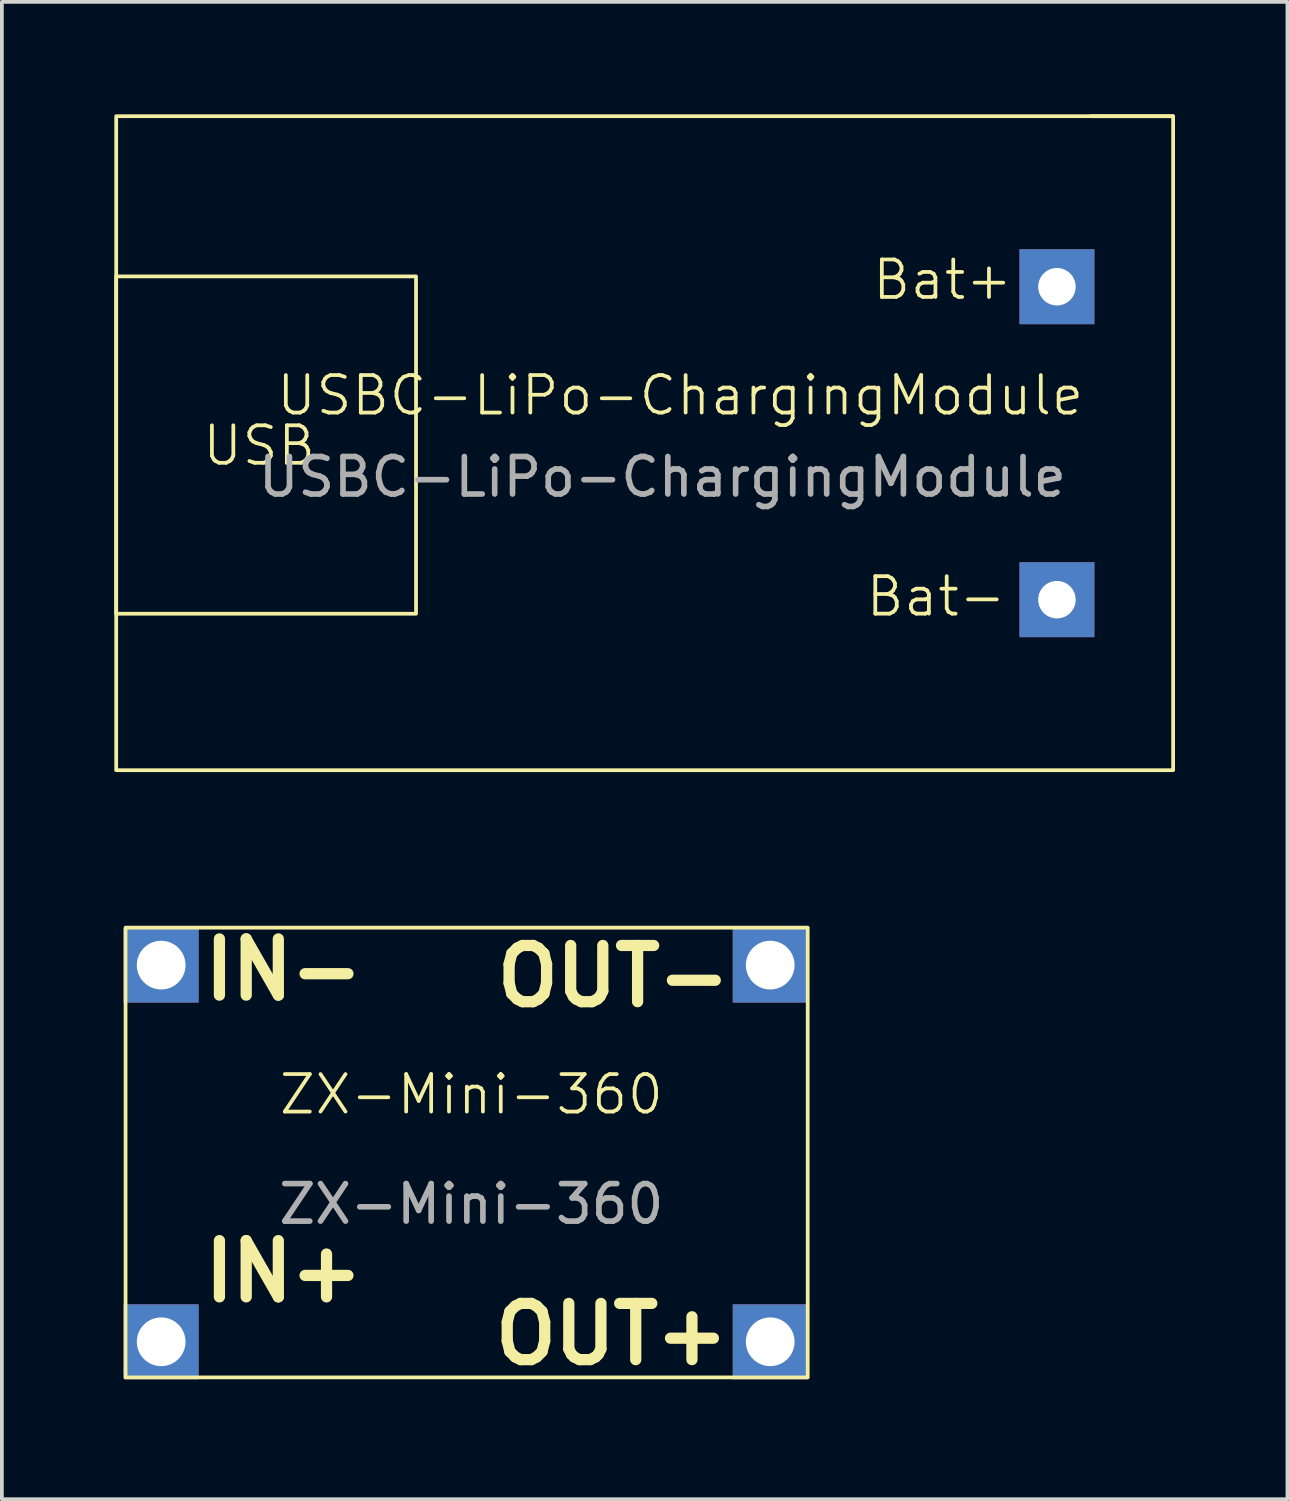
<source format=kicad_pcb>
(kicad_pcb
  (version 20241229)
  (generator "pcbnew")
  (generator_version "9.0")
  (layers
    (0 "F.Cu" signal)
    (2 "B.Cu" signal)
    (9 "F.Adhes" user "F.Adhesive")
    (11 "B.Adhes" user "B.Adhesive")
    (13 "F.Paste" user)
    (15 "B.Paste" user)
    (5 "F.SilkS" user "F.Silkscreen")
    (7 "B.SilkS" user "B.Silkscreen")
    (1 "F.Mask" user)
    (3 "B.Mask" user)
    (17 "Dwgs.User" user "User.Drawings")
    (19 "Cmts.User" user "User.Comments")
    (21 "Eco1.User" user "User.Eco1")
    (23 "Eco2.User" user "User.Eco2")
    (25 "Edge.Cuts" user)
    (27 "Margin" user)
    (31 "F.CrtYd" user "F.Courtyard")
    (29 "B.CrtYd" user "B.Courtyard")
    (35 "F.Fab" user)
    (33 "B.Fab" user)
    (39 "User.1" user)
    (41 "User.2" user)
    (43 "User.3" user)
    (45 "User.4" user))
  (footprint "ZX-Mini-360"
    (layer "F.Cu")
    (at 0.25 33.7)
    (property "Reference" "ZX-Mini-360" (at 9.275 -7.55 0) (unlocked yes) (layer "F.SilkS") (effects (font (size 1 1) (thickness 0.1))))
    (attr through_hole)
    (fp_rect (start 0.05 -12) (end 18.25 0) (stroke (width 0.1) (type default)) (fill no) (layer "F.SilkS"))
    (fp_text user "IN-" (at 2 -10 0) (unlocked yes) (layer "F.SilkS") (effects (font (size 1.5 1.5) (thickness 0.3) (bold yes)) (justify left bottom)))
    (fp_text user "IN+" (at 2 -1.95 0) (unlocked yes) (layer "F.SilkS") (effects (font (size 1.5 1.5) (thickness 0.3) (bold yes)) (justify left bottom)))
    (fp_text user "OUT+" (at 9.75 -0.275 0) (unlocked yes) (layer "F.SilkS") (effects (font (size 1.5 1.5) (thickness 0.3) (bold yes)) (justify left bottom)))
    (fp_text user "OUT-" (at 9.8 -9.825 0) (unlocked yes) (layer "F.SilkS") (effects (font (size 1.5 1.5) (thickness 0.3) (bold yes)) (justify left bottom)))
    (fp_text user "${REFERENCE}" (at 9.275 -4.625 0) (unlocked yes) (layer "F.Fab") (effects (font (size 1 1) (thickness 0.15))))
    (pad "1" thru_hole rect (at 17.25 -11) (size 2 2) (drill 1.3) (layers "*.Cu" "*.Mask"))
    (pad "2" thru_hole rect (at 17.25 -0.95) (size 2 2) (drill 1.3) (layers "*.Cu" "*.Mask"))
    (pad "3" thru_hole rect (at 1 -11) (size 2 2) (drill 1.3) (layers "*.Cu" "*.Mask"))
    (pad "4" thru_hole rect (at 1 -0.95) (size 2 2) (drill 1.3) (layers "*.Cu" "*.Mask")))
  (footprint "USBC-LiPo-ChargingModule"
    (layer "F.Cu")
    (at 14.15 18.05)
    (property "Reference" "USBC-LiPo-ChargingModule" (at 0.95 -10.55 0) (unlocked yes) (layer "F.SilkS") (effects (font (size 1 1) (thickness 0.1))))
    (attr through_hole)
    (fp_line (start 14.1 -18) (end 11.9 -18) (stroke (width 0.1) (type default)) (layer "F.SilkS"))
    (fp_rect (start -14.1 -18) (end 14.1 -0.55) (stroke (width 0.1) (type default)) (fill no) (layer "F.SilkS"))
    (fp_rect (start -14.1 -13.725) (end -6.1 -4.725) (stroke (width 0.1) (type default)) (fill no) (layer "F.SilkS"))
    (fp_text user "Bat-" (at 5.85 -4.6 0) (unlocked yes) (layer "F.SilkS") (effects (font (size 1 1) (thickness 0.1)) (justify left bottom)))
    (fp_text user "USB" (at -11.85 -8.625 0) (unlocked yes) (layer "F.SilkS") (effects (font (size 1 1) (thickness 0.1)) (justify left bottom)))
    (fp_text user "Bat+" (at 6.025 -13.05 0) (unlocked yes) (layer "F.SilkS") (effects (font (size 1 1) (thickness 0.1)) (justify left bottom)))
    (fp_text user "${REFERENCE}" (at 0.475 -8.375 0) (unlocked yes) (layer "F.Fab") (effects (font (size 1 1) (thickness 0.15))))
    (pad "1" thru_hole rect (at 11 -13.45) (size 2 2) (drill 1) (layers "*.Cu" "*.Mask"))
    (pad "2" thru_hole rect (at 11 -5.1) (size 2 2) (drill 1) (layers "*.Cu" "*.Mask")))
  (gr_rect
    (start -3 -3)
    (end 31.3 36.95)
    (stroke (width 0.1) (type default))
    (fill no)
    (layer "Edge.Cuts")))
</source>
